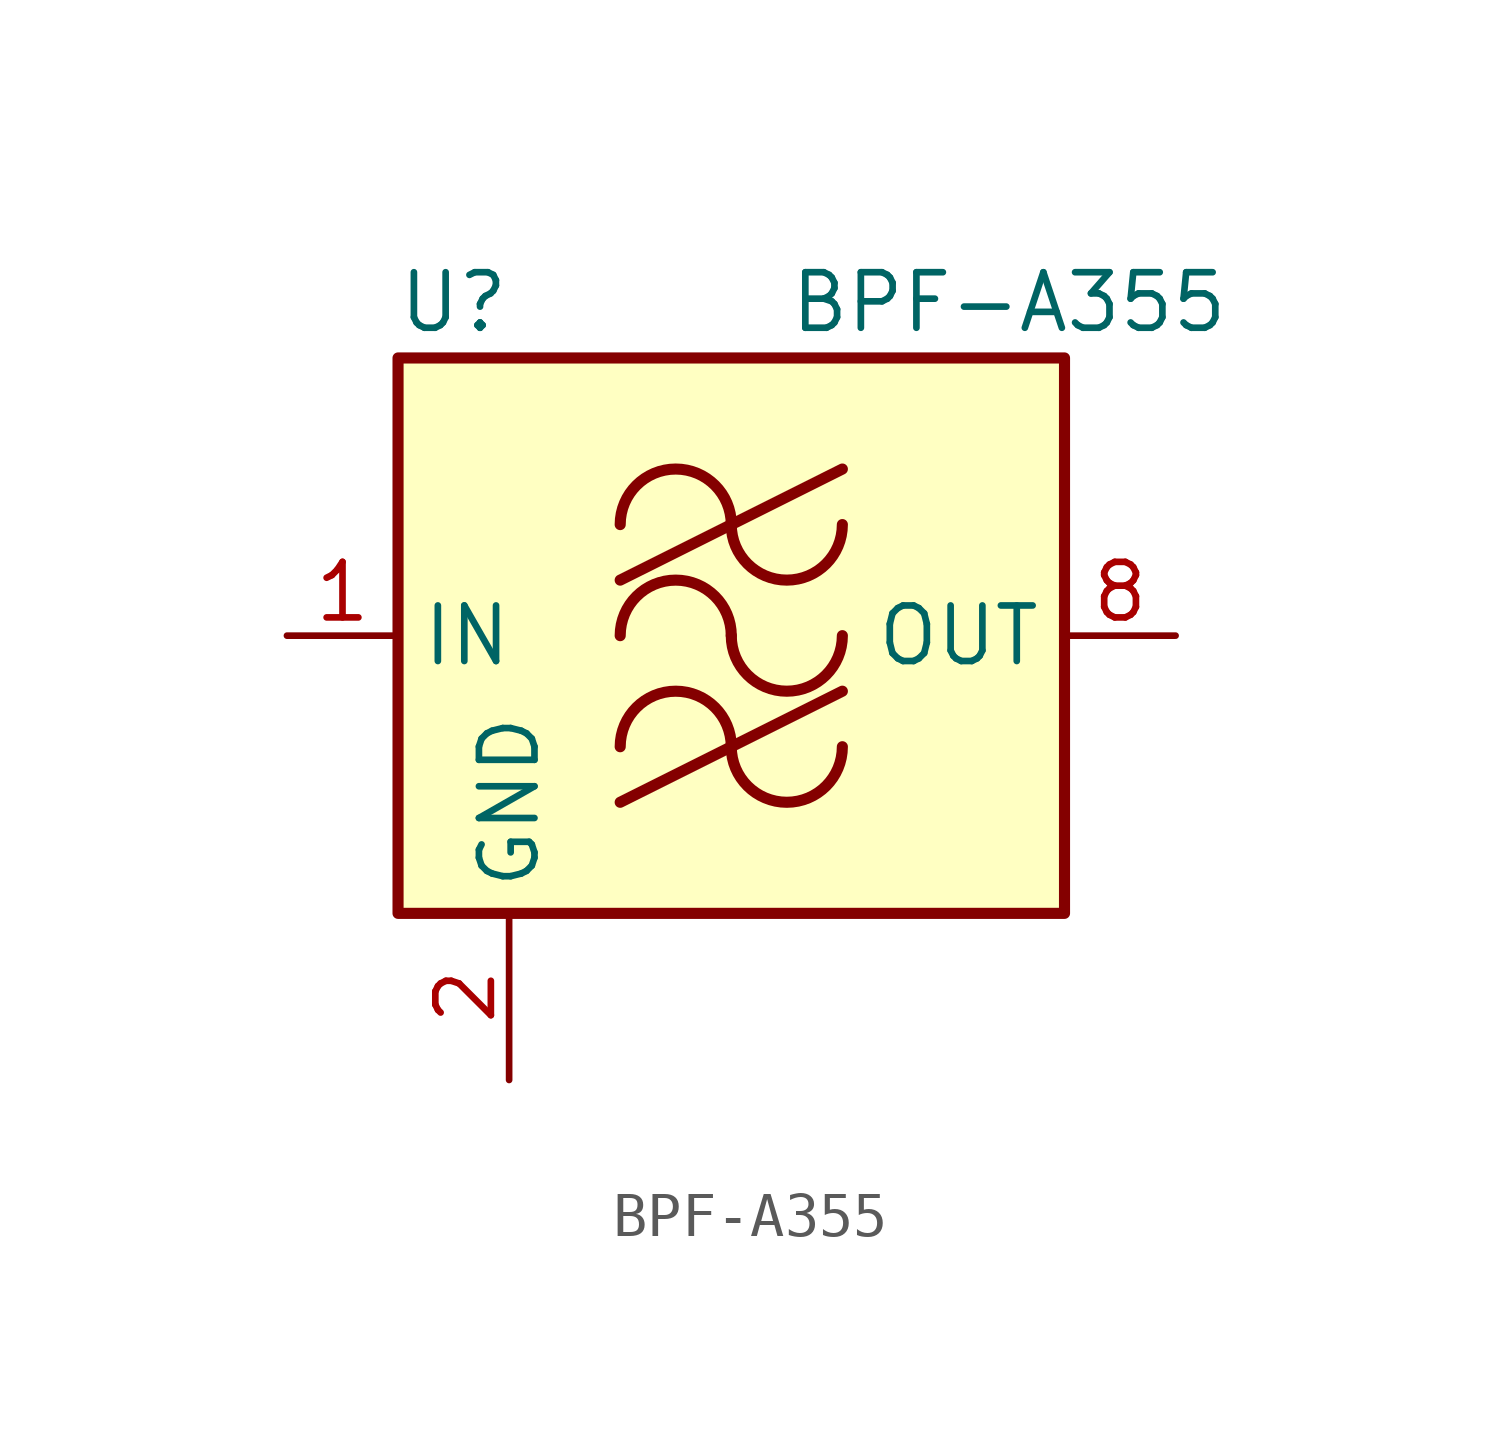
<source format=kicad_sym>
(kicad_symbol_lib
  (version 20201005)
  (generator kicad_symbol_editor)
  (symbol "RF_Filter:BPF-A355"
    (property "Reference" "U"
      (at -6.35 7.62 0)
      (effects (font (size 1.27 1.27))))
    (property "Value" "BPF-A355"
      (at 6.35 7.62 0)
      (effects (font (size 1.27 1.27))))
    (symbol "BPF-A355_0_1"
      (arc (start 0 -2.54) (end -2.54 -2.54) (radius (at -1.27 -2.54) (length 1.27) (angles 0.1 179.9)) (stroke (width 0.254)) (fill (type none)))
      (arc (start 0 0) (end -2.54 0) (radius (at -1.27 0) (length 1.27) (angles 0.1 179.9)) (stroke (width 0.254)) (fill (type none)))
      (arc (start 0 2.54) (end -2.54 2.54) (radius (at -1.27 2.54) (length 1.27) (angles 0.1 179.9)) (stroke (width 0.254)) (fill (type none)))
      (arc (start 0 -2.54) (end 2.54 -2.54) (radius (at 1.27 -2.54) (length 1.27) (angles -179.9 -0.1)) (stroke (width 0.254)) (fill (type none)))
      (arc (start 0 0) (end 2.54 0) (radius (at 1.27 0) (length 1.27) (angles -179.9 -0.1)) (stroke (width 0.254)) (fill (type none)))
      (arc (start 0 2.54) (end 2.54 2.54) (radius (at 1.27 2.54) (length 1.27) (angles -179.9 -0.1)) (stroke (width 0.254)) (fill (type none)))
      (rectangle (start -7.62 6.35) (end 7.62 -6.35) (stroke (width 0.254)) (fill (type background)))
      (polyline (pts (xy -2.54 -3.81) (xy 2.54 -1.27)) (stroke (width 0.254)) (fill (type none)))
      (polyline (pts (xy -2.54 1.27) (xy 2.54 3.81)) (stroke (width 0.254)) (fill (type none))))
    (symbol "BPF-A355_1_1"
      (pin input line (at -10.16 0 0) (length 2.54) (name "IN" (effects (font (size 1.27 1.27)))) (number "1" (effects (font (size 1.27 1.27)))))
      (pin passive line (at -5.08 -10.16 90) (length 3.81) hide (name "GND" (effects (font (size 1.27 1.27)))) (number "10" (effects (font (size 1.27 1.27)))))
      (pin passive line (at -5.08 -10.16 90) (length 3.81) hide (name "GND" (effects (font (size 1.27 1.27)))) (number "11" (effects (font (size 1.27 1.27)))))
      (pin passive line (at -5.08 -10.16 90) (length 3.81) hide (name "GND" (effects (font (size 1.27 1.27)))) (number "12" (effects (font (size 1.27 1.27)))))
      (pin passive line (at -5.08 -10.16 90) (length 3.81) hide (name "GND" (effects (font (size 1.27 1.27)))) (number "13" (effects (font (size 1.27 1.27)))))
      (pin passive line (at -5.08 -10.16 90) (length 3.81) hide (name "GND" (effects (font (size 1.27 1.27)))) (number "14" (effects (font (size 1.27 1.27)))))
      (pin power_in line (at -5.08 -10.16 90) (length 3.81) (name "GND" (effects (font (size 1.27 1.27)))) (number "2" (effects (font (size 1.27 1.27)))))
      (pin passive line (at -5.08 -10.16 90) (length 3.81) hide (name "GND" (effects (font (size 1.27 1.27)))) (number "3" (effects (font (size 1.27 1.27)))))
      (pin passive line (at -5.08 -10.16 90) (length 3.81) hide (name "GND" (effects (font (size 1.27 1.27)))) (number "4" (effects (font (size 1.27 1.27)))))
      (pin passive line (at -5.08 -10.16 90) (length 3.81) hide (name "GND" (effects (font (size 1.27 1.27)))) (number "5" (effects (font (size 1.27 1.27)))))
      (pin passive line (at -5.08 -10.16 90) (length 3.81) hide (name "GND" (effects (font (size 1.27 1.27)))) (number "6" (effects (font (size 1.27 1.27)))))
      (pin passive line (at -5.08 -10.16 90) (length 3.81) hide (name "GND" (effects (font (size 1.27 1.27)))) (number "7" (effects (font (size 1.27 1.27)))))
      (pin output line (at 10.16 0 180) (length 2.54) (name "OUT" (effects (font (size 1.27 1.27)))) (number "8" (effects (font (size 1.27 1.27)))))
      (pin passive line (at -5.08 -10.16 90) (length 3.81) hide (name "GND" (effects (font (size 1.27 1.27)))) (number "9" (effects (font (size 1.27 1.27))))))))
</source>
